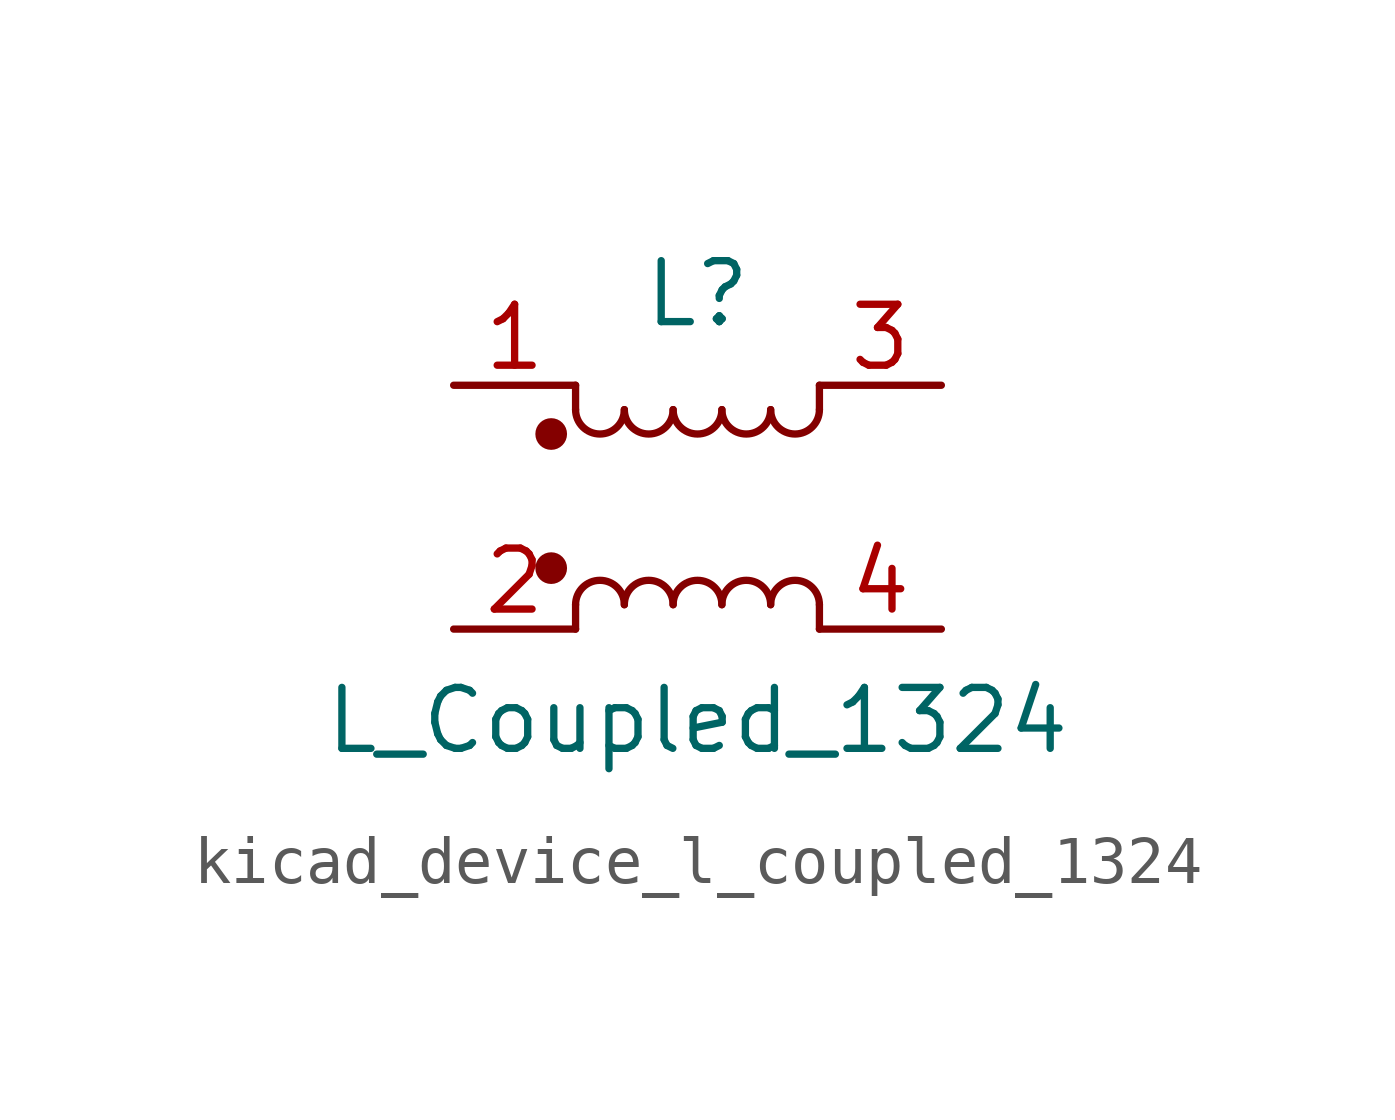
<source format=kicad_sym>
(kicad_symbol_lib
  (version 20220914)
  (generator kicad_symbol_editor)
  (symbol "kicad_device_l_coupled_1324"
    (pin_names
      (offset 0.254) hide)
    (property "Reference" "L"
      (at 0 4.445 0)
      (effects (font (size 1.27 1.27))))
    (property "Value" "L_Coupled_1324"
      (at 0 -4.445 0)
      (effects (font (size 1.27 1.27))))
    (symbol "kicad_device_l_coupled_1324_0_1"
      (circle (center -3.048 -1.27) (radius 0.254) (stroke (width 0) (type default)) (fill (type outline)))
      (circle (center -3.048 1.524) (radius 0.254) (stroke (width 0) (type default)) (fill (type outline)))
      (arc (start -2.54 2.032) (mid -2.032 1.5262) (end -1.524 2.032) (stroke (width 0) (type default)) (fill (type none)))
      (arc (start -1.524 -2.032) (mid -2.032 -1.5262) (end -2.54 -2.032) (stroke (width 0) (type default)) (fill (type none)))
      (arc (start -1.524 2.032) (mid -1.016 1.5262) (end -0.508 2.032) (stroke (width 0) (type default)) (fill (type none)))
      (arc (start -0.508 -2.032) (mid -1.016 -1.5262) (end -1.524 -2.032) (stroke (width 0) (type default)) (fill (type none)))
      (arc (start -0.508 2.032) (mid 0 1.5262) (end 0.508 2.032) (stroke (width 0) (type default)) (fill (type none)))
      (polyline (pts (xy -2.54 -2.032) (xy -2.54 -2.54)) (stroke (width 0) (type default)) (fill (type none)))
      (polyline (pts (xy -2.54 2.032) (xy -2.54 2.54)) (stroke (width 0) (type default)) (fill (type none)))
      (polyline (pts (xy 2.54 -2.032) (xy 2.54 -2.54)) (stroke (width 0) (type default)) (fill (type none)))
      (polyline (pts (xy 2.54 2.54) (xy 2.54 2.032)) (stroke (width 0) (type default)) (fill (type none)))
      (arc (start 0.508 -2.032) (mid 0 -1.5262) (end -0.508 -2.032) (stroke (width 0) (type default)) (fill (type none)))
      (arc (start 0.508 2.032) (mid 1.016 1.5262) (end 1.524 2.032) (stroke (width 0) (type default)) (fill (type none)))
      (arc (start 1.524 -2.032) (mid 1.016 -1.5262) (end 0.508 -2.032) (stroke (width 0) (type default)) (fill (type none)))
      (arc (start 1.524 2.032) (mid 2.032 1.5262) (end 2.54 2.032) (stroke (width 0) (type default)) (fill (type none)))
      (arc (start 2.54 -2.032) (mid 2.032 -1.5262) (end 1.524 -2.032) (stroke (width 0) (type default)) (fill (type none))))
    (symbol "kicad_device_l_coupled_1324_1_1"
      (pin passive line (at -5.08 2.54 0) (length 2.54) (name "1" (effects (font (size 1.27 1.27)))) (number "1" (effects (font (size 1.27 1.27)))))
      (pin passive line (at -5.08 -2.54 0) (length 2.54) (name "2" (effects (font (size 1.27 1.27)))) (number "2" (effects (font (size 1.27 1.27)))))
      (pin passive line (at 5.08 2.54 180) (length 2.54) (name "3" (effects (font (size 1.27 1.27)))) (number "3" (effects (font (size 1.27 1.27)))))
      (pin passive line (at 5.08 -2.54 180) (length 2.54) (name "4" (effects (font (size 1.27 1.27)))) (number "4" (effects (font (size 1.27 1.27))))))))
</source>
